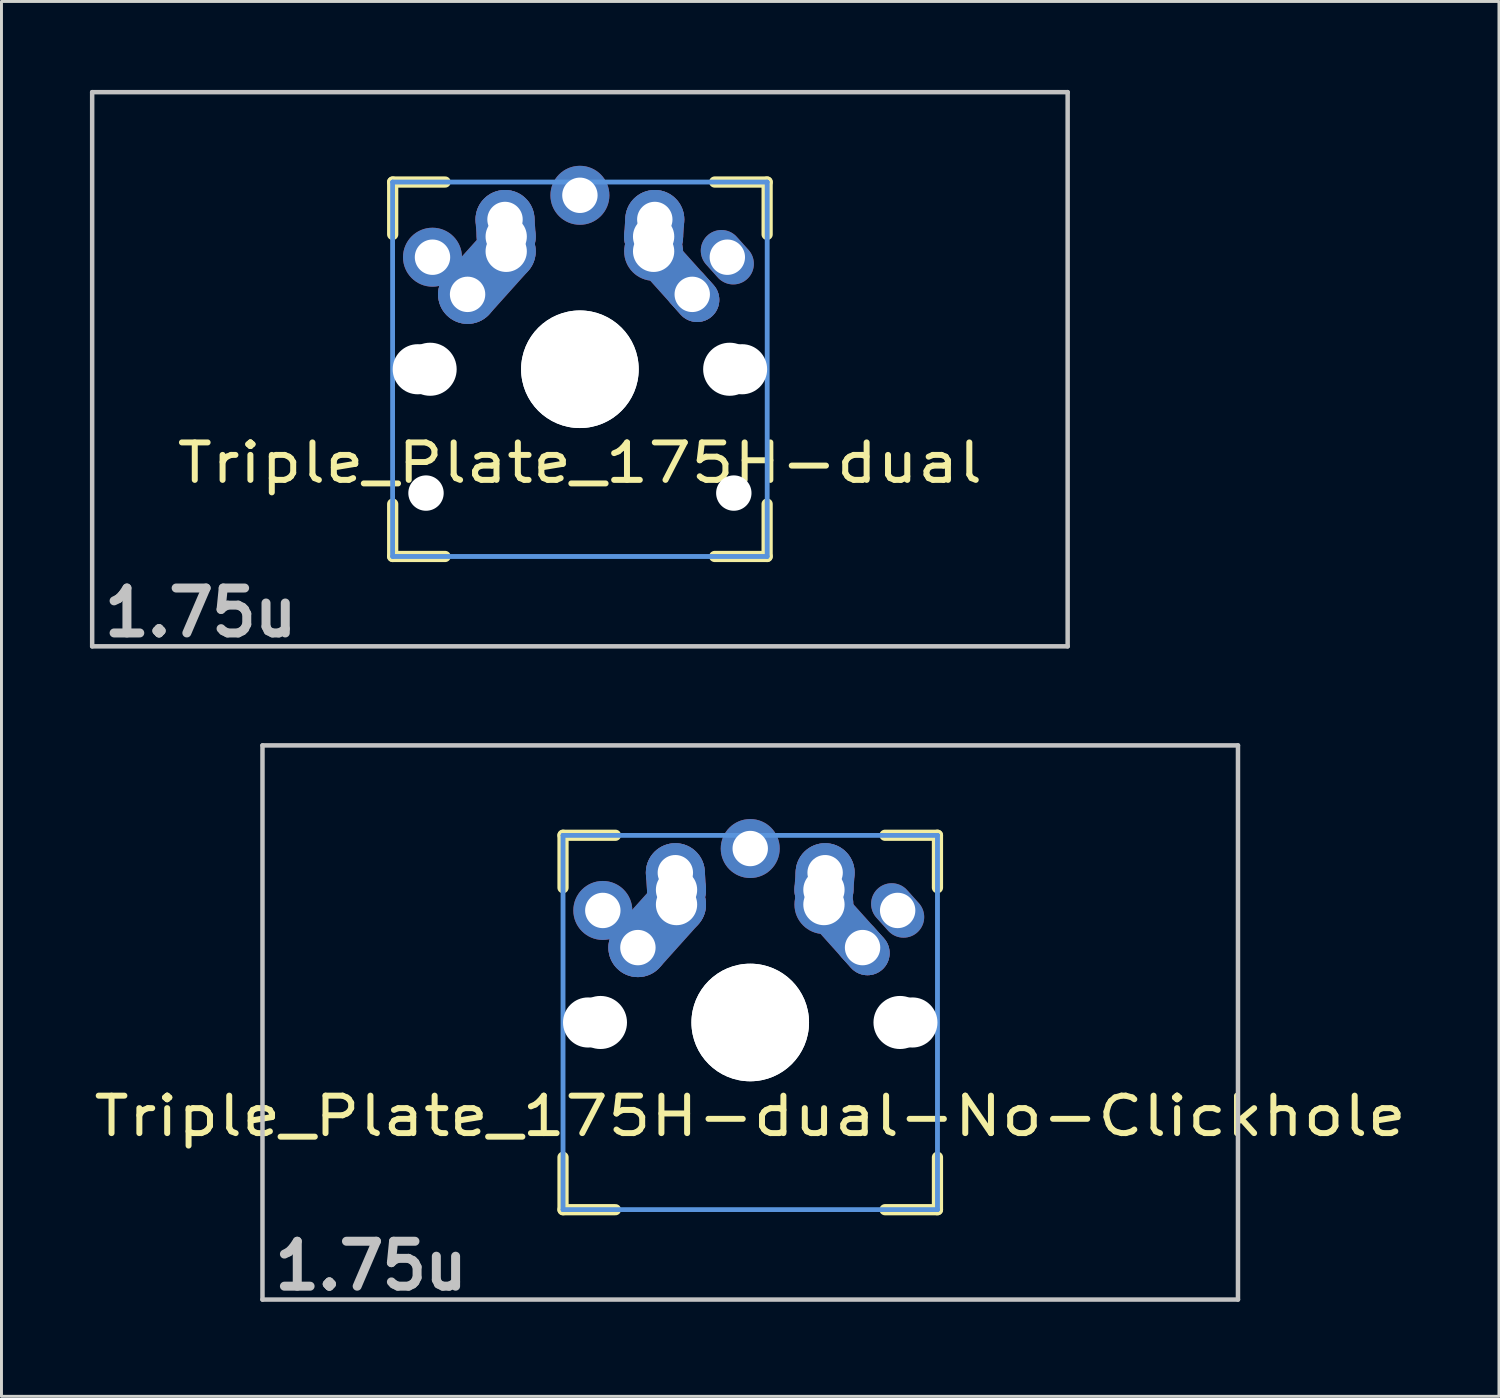
<source format=kicad_pcb>
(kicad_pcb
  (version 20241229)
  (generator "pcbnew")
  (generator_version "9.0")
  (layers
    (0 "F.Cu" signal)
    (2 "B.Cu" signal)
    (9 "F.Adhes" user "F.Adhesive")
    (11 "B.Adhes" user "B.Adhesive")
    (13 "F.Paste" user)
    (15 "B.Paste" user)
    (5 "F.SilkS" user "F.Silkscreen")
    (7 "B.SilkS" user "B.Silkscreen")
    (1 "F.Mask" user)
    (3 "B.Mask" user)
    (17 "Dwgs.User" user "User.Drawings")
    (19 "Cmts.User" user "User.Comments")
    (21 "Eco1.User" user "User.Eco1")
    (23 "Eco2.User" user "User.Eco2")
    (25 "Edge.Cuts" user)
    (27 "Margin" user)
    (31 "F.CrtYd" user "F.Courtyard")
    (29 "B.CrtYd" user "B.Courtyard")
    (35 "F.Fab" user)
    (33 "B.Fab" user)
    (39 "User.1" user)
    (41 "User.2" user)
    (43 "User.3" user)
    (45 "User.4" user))
  (footprint "Triple_Plate_175H-dual-No-Clickhole"
    (layer "F.Cu")
    (at 22.396 31.63)
    (property "Reference" "Triple_Plate_175H-dual-No-Clickhole" (at 0 3.175 0) (layer "F.SilkS") (effects (font (size 1.27 1.524) (thickness 0.203))))
    (attr through_hole)
    (fp_line (start -6.35 -6.35) (end -4.572 -6.35) (stroke (width 0.381) (type solid)) (layer "F.SilkS"))
    (fp_line (start -6.35 -4.572) (end -6.35 -6.35) (stroke (width 0.381) (type solid)) (layer "F.SilkS"))
    (fp_line (start -6.35 6.35) (end -6.35 4.572) (stroke (width 0.381) (type solid)) (layer "F.SilkS"))
    (fp_line (start -4.572 6.35) (end -6.35 6.35) (stroke (width 0.381) (type solid)) (layer "F.SilkS"))
    (fp_line (start 4.572 -6.35) (end 6.35 -6.35) (stroke (width 0.381) (type solid)) (layer "F.SilkS"))
    (fp_line (start 6.35 -6.35) (end 6.35 -4.572) (stroke (width 0.381) (type solid)) (layer "F.SilkS"))
    (fp_line (start 6.35 4.572) (end 6.35 6.35) (stroke (width 0.381) (type solid)) (layer "F.SilkS"))
    (fp_line (start 6.35 6.35) (end 4.572 6.35) (stroke (width 0.381) (type solid)) (layer "F.SilkS"))
    (fp_line (start -16.543 -9.398) (end 16.543 -9.398) (stroke (width 0.152) (type solid)) (layer "Dwgs.User"))
    (fp_line (start -16.543 9.398) (end -16.543 -9.398) (stroke (width 0.152) (type solid)) (layer "Dwgs.User"))
    (fp_line (start 16.543 -9.398) (end 16.543 9.398) (stroke (width 0.152) (type solid)) (layer "Dwgs.User"))
    (fp_line (start 16.543 9.398) (end -16.543 9.398) (stroke (width 0.152) (type solid)) (layer "Dwgs.User"))
    (fp_line (start -6.35 -6.35) (end 6.35 -6.35) (stroke (width 0.152) (type solid)) (layer "Cmts.User"))
    (fp_line (start -6.35 -6.35) (end 6.35 -6.35) (stroke (width 0.152) (type solid)) (layer "Cmts.User"))
    (fp_line (start -6.35 6.35) (end -6.35 -6.35) (stroke (width 0.152) (type solid)) (layer "Cmts.User"))
    (fp_line (start -6.35 6.35) (end -6.35 -6.35) (stroke (width 0.152) (type solid)) (layer "Cmts.User"))
    (fp_line (start 6.35 -6.35) (end 6.35 6.35) (stroke (width 0.152) (type solid)) (layer "Cmts.User"))
    (fp_line (start 6.35 -6.35) (end 6.35 6.35) (stroke (width 0.152) (type solid)) (layer "Cmts.User"))
    (fp_line (start 6.35 6.35) (end -6.35 6.35) (stroke (width 0.152) (type solid)) (layer "Cmts.User"))
    (fp_line (start 6.35 6.35) (end -6.35 6.35) (stroke (width 0.152) (type solid)) (layer "Cmts.User"))
    (fp_line (start -6.985 -6.985) (end 6.985 -6.985) (stroke (width 0.152) (type solid)) (layer "Eco2.User"))
    (fp_line (start -6.985 -6.985) (end 6.985 -6.985) (stroke (width 0.152) (type solid)) (layer "Eco2.User"))
    (fp_line (start -6.985 6.985) (end -6.985 -6.985) (stroke (width 0.152) (type solid)) (layer "Eco2.User"))
    (fp_line (start -6.985 6.985) (end -6.985 -6.985) (stroke (width 0.152) (type solid)) (layer "Eco2.User"))
    (fp_line (start 6.985 -6.985) (end 6.985 6.985) (stroke (width 0.152) (type solid)) (layer "Eco2.User"))
    (fp_line (start 6.985 -6.985) (end 6.985 6.985) (stroke (width 0.152) (type solid)) (layer "Eco2.User"))
    (fp_line (start 6.985 6.985) (end -6.985 6.985) (stroke (width 0.152) (type solid)) (layer "Eco2.User"))
    (fp_line (start 6.985 6.985) (end -6.985 6.985) (stroke (width 0.152) (type solid)) (layer "Eco2.User"))
    (fp_text user "1.75u" (at -12.86 8.255 0) (layer "Dwgs.User") (effects (font (size 1.524 1.524) (thickness 0.305))))
    (pad "" np_thru_hole circle (at -5.5 0) (size 1.7 1.7) (drill 1.7) (layers "*.Cu"))
    (pad "" np_thru_hole circle (at -5.08 0) (size 1.8 1.8) (drill 1.8) (layers "*.Cu"))
    (pad "" np_thru_hole circle (at 0 0) (size 3.988 3.988) (drill 3.988) (layers "*.Cu"))
    (pad "" np_thru_hole circle (at 0 0) (size 3.988 3.988) (drill 3.988) (layers "*.Cu"))
    (pad "" np_thru_hole circle (at 5.08 0) (size 1.8 1.8) (drill 1.8) (layers "*.Cu"))
    (pad "" np_thru_hole circle (at 5.5 0) (size 1.7 1.7) (drill 1.7) (layers "*.Cu"))
    (pad "1" thru_hole circle (at -5 -3.8 138.1) (size 2 2) (drill 1.2) (layers "*.Cu" "*.Mask"))
    (pad "1" thru_hole circle (at -3.81 -2.54) (size 2 2) (drill oval 1.2) (layers "*.Cu" "*.Mask"))
    (pad "1" smd oval (at -3.155 -3.27 138.1) (size 2 3.962) (layers "F.Cu" "F.Mask" "F.Paste"))
    (pad "1" smd oval (at -3.155 -3.27 138.1) (size 2 3.962) (layers "B.Cu" "B.Mask" "B.Paste"))
    (pad "1" thru_hole circle (at -2.54 -5.08 330.95) (size 2 2) (drill 1.2) (layers "*.Cu" "*.Mask"))
    (pad "1" smd oval (at -2.52 -4.79 3.945) (size 2 2.581) (layers "F.Cu" "F.Mask" "F.Paste"))
    (pad "1" smd oval (at -2.52 -4.79 3.945) (size 2 2.581) (layers "B.Cu" "B.Mask" "B.Paste"))
    (pad "1" thru_hole circle (at -2.5 -4.5 330.95) (size 2 2) (drill 1.4) (layers "*.Cu" "*.Mask"))
    (pad "1" thru_hole circle (at -2.5 -4 330.95) (size 2 2) (drill 1.4) (layers "*.Cu" "*.Mask"))
    (pad "1" thru_hole oval (at 5 -3.8 221.9) (size 1.4 2) (drill 1.2) (layers "*.Cu" "*.Mask"))
    (pad "2" thru_hole circle (at 0 -5.9) (size 2 2) (drill 1.2) (layers "*.Cu" "*.Mask"))
    (pad "2" thru_hole circle (at 2.5 -4.5 330.95) (size 2 2) (drill 1.4) (layers "*.Cu" "*.Mask"))
    (pad "2" thru_hole circle (at 2.5 -4) (size 2 2) (drill 1.4) (layers "*.Cu" "*.Mask"))
    (pad "2" smd oval (at 2.52 -4.79 356.055) (size 2 2.581) (layers "F.Cu" "F.Mask" "F.Paste"))
    (pad "2" smd oval (at 2.52 -4.79 356.055) (size 2 2.581) (layers "B.Cu" "B.Mask" "B.Paste"))
    (pad "2" thru_hole circle (at 2.54 -5.08 330.95) (size 2 2) (drill 1.2) (layers "*.Cu" "*.Mask"))
    (pad "2" smd oval (at 3.155 -3.27 221.9) (size 1.5 3.962) (layers "F.Cu" "F.Mask" "F.Paste"))
    (pad "2" smd oval (at 3.155 -3.27 221.9) (size 1.5 3.962) (layers "B.Cu" "B.Mask" "B.Paste"))
    (pad "2" thru_hole oval (at 3.81 -2.54 311.9) (size 2 1.5) (drill 1.2) (layers "*.Cu" "*.Mask")))
  (footprint "Triple_Plate_175H-dual"
    (layer "F.Cu")
    (at 16.619 9.474)
    (property "Reference" "Triple_Plate_175H-dual" (at 0 3.175 0) (layer "F.SilkS") (effects (font (size 1.27 1.524) (thickness 0.203))))
    (attr through_hole)
    (fp_line (start -6.35 -6.35) (end -4.572 -6.35) (stroke (width 0.381) (type solid)) (layer "F.SilkS"))
    (fp_line (start -6.35 -4.572) (end -6.35 -6.35) (stroke (width 0.381) (type solid)) (layer "F.SilkS"))
    (fp_line (start -6.35 6.35) (end -6.35 4.572) (stroke (width 0.381) (type solid)) (layer "F.SilkS"))
    (fp_line (start -4.572 6.35) (end -6.35 6.35) (stroke (width 0.381) (type solid)) (layer "F.SilkS"))
    (fp_line (start 4.572 -6.35) (end 6.35 -6.35) (stroke (width 0.381) (type solid)) (layer "F.SilkS"))
    (fp_line (start 6.35 -6.35) (end 6.35 -4.572) (stroke (width 0.381) (type solid)) (layer "F.SilkS"))
    (fp_line (start 6.35 4.572) (end 6.35 6.35) (stroke (width 0.381) (type solid)) (layer "F.SilkS"))
    (fp_line (start 6.35 6.35) (end 4.572 6.35) (stroke (width 0.381) (type solid)) (layer "F.SilkS"))
    (fp_line (start -16.543 -9.398) (end 16.543 -9.398) (stroke (width 0.152) (type solid)) (layer "Dwgs.User"))
    (fp_line (start -16.543 9.398) (end -16.543 -9.398) (stroke (width 0.152) (type solid)) (layer "Dwgs.User"))
    (fp_line (start 16.543 -9.398) (end 16.543 9.398) (stroke (width 0.152) (type solid)) (layer "Dwgs.User"))
    (fp_line (start 16.543 9.398) (end -16.543 9.398) (stroke (width 0.152) (type solid)) (layer "Dwgs.User"))
    (fp_line (start -6.35 -6.35) (end 6.35 -6.35) (stroke (width 0.152) (type solid)) (layer "Cmts.User"))
    (fp_line (start -6.35 -6.35) (end 6.35 -6.35) (stroke (width 0.152) (type solid)) (layer "Cmts.User"))
    (fp_line (start -6.35 6.35) (end -6.35 -6.35) (stroke (width 0.152) (type solid)) (layer "Cmts.User"))
    (fp_line (start -6.35 6.35) (end -6.35 -6.35) (stroke (width 0.152) (type solid)) (layer "Cmts.User"))
    (fp_line (start 6.35 -6.35) (end 6.35 6.35) (stroke (width 0.152) (type solid)) (layer "Cmts.User"))
    (fp_line (start 6.35 -6.35) (end 6.35 6.35) (stroke (width 0.152) (type solid)) (layer "Cmts.User"))
    (fp_line (start 6.35 6.35) (end -6.35 6.35) (stroke (width 0.152) (type solid)) (layer "Cmts.User"))
    (fp_line (start 6.35 6.35) (end -6.35 6.35) (stroke (width 0.152) (type solid)) (layer "Cmts.User"))
    (fp_line (start -7.5 -7.5) (end 7.5 -7.5) (stroke (width 0.152) (type solid)) (layer "Eco2.User"))
    (fp_line (start -7.5 7.5) (end -7.5 -7.5) (stroke (width 0.152) (type solid)) (layer "Eco2.User"))
    (fp_line (start -6.985 -6.985) (end 6.985 -6.985) (stroke (width 0.152) (type solid)) (layer "Eco2.User"))
    (fp_line (start -6.985 -6.985) (end 6.985 -6.985) (stroke (width 0.152) (type solid)) (layer "Eco2.User"))
    (fp_line (start -6.985 6.985) (end -6.985 -6.985) (stroke (width 0.152) (type solid)) (layer "Eco2.User"))
    (fp_line (start -6.985 6.985) (end -6.985 -6.985) (stroke (width 0.152) (type solid)) (layer "Eco2.User"))
    (fp_line (start 6.985 -6.985) (end 6.985 6.985) (stroke (width 0.152) (type solid)) (layer "Eco2.User"))
    (fp_line (start 6.985 -6.985) (end 6.985 6.985) (stroke (width 0.152) (type solid)) (layer "Eco2.User"))
    (fp_line (start 6.985 6.985) (end -6.985 6.985) (stroke (width 0.152) (type solid)) (layer "Eco2.User"))
    (fp_line (start 6.985 6.985) (end -6.985 6.985) (stroke (width 0.152) (type solid)) (layer "Eco2.User"))
    (fp_line (start 7.5 -7.5) (end 7.5 7.5) (stroke (width 0.152) (type solid)) (layer "Eco2.User"))
    (fp_line (start 7.5 7.5) (end -7.5 7.5) (stroke (width 0.152) (type solid)) (layer "Eco2.User"))
    (fp_text user "1.75u" (at -12.86 8.255 0) (layer "Dwgs.User") (effects (font (size 1.524 1.524) (thickness 0.305))))
    (pad "" np_thru_hole circle (at -5.5 0) (size 1.7 1.7) (drill 1.7) (layers "*.Cu"))
    (pad "" np_thru_hole circle (at -5.22 4.2) (size 1.2 1.2) (drill 1.2) (layers "*.Cu"))
    (pad "" np_thru_hole circle (at -5.08 0) (size 1.8 1.8) (drill 1.8) (layers "*.Cu"))
    (pad "" np_thru_hole circle (at 0 0) (size 3.988 3.988) (drill 3.988) (layers "*.Cu"))
    (pad "" np_thru_hole circle (at 0 0) (size 3.988 3.988) (drill 3.988) (layers "*.Cu"))
    (pad "" np_thru_hole circle (at 5.08 0) (size 1.8 1.8) (drill 1.8) (layers "*.Cu"))
    (pad "" np_thru_hole circle (at 5.22 4.2) (size 1.2 1.2) (drill 1.2) (layers "*.Cu"))
    (pad "" np_thru_hole circle (at 5.5 0) (size 1.7 1.7) (drill 1.7) (layers "*.Cu"))
    (pad "1" thru_hole circle (at -5 -3.8 138.1) (size 2 2) (drill 1.2) (layers "*.Cu" "*.Mask"))
    (pad "1" thru_hole circle (at -3.81 -2.54) (size 2 2) (drill oval 1.2) (layers "*.Cu" "*.Mask"))
    (pad "1" smd oval (at -3.155 -3.27 138.1) (size 2 3.962) (layers "F.Cu" "F.Mask" "F.Paste"))
    (pad "1" smd oval (at -3.155 -3.27 138.1) (size 2 3.962) (layers "B.Cu" "B.Mask" "B.Paste"))
    (pad "1" thru_hole circle (at -2.54 -5.08 330.95) (size 2 2) (drill 1.2) (layers "*.Cu" "*.Mask"))
    (pad "1" smd oval (at -2.52 -4.79 3.945) (size 2 2.581) (layers "F.Cu" "F.Mask" "F.Paste"))
    (pad "1" smd oval (at -2.52 -4.79 3.945) (size 2 2.581) (layers "B.Cu" "B.Mask" "B.Paste"))
    (pad "1" thru_hole circle (at -2.5 -4.5 330.95) (size 2 2) (drill 1.4) (layers "*.Cu" "*.Mask"))
    (pad "1" thru_hole circle (at -2.5 -4 330.95) (size 2 2) (drill 1.4) (layers "*.Cu" "*.Mask"))
    (pad "1" thru_hole oval (at 5 -3.8 221.9) (size 1.4 2) (drill 1.2) (layers "*.Cu" "*.Mask"))
    (pad "2" thru_hole circle (at 0 -5.9) (size 2 2) (drill 1.2) (layers "*.Cu" "*.Mask"))
    (pad "2" thru_hole circle (at 2.5 -4.5 330.95) (size 2 2) (drill 1.4) (layers "*.Cu" "*.Mask"))
    (pad "2" thru_hole circle (at 2.5 -4) (size 2 2) (drill 1.4) (layers "*.Cu" "*.Mask"))
    (pad "2" smd oval (at 2.52 -4.79 356.055) (size 2 2.581) (layers "F.Cu" "F.Mask" "F.Paste"))
    (pad "2" smd oval (at 2.52 -4.79 356.055) (size 2 2.581) (layers "B.Cu" "B.Mask" "B.Paste"))
    (pad "2" thru_hole circle (at 2.54 -5.08 330.95) (size 2 2) (drill 1.2) (layers "*.Cu" "*.Mask"))
    (pad "2" smd oval (at 3.155 -3.27 221.9) (size 1.5 3.962) (layers "F.Cu" "F.Mask" "F.Paste"))
    (pad "2" smd oval (at 3.155 -3.27 221.9) (size 1.5 3.962) (layers "B.Cu" "B.Mask" "B.Paste"))
    (pad "2" thru_hole oval (at 3.81 -2.54 311.9) (size 2 1.5) (drill 1.2) (layers "*.Cu" "*.Mask")))
  (gr_rect
    (start -3 -3)
    (end 47.791 44.311)
    (stroke (width 0.1) (type default))
    (fill no)
    (layer "Edge.Cuts")))
</source>
